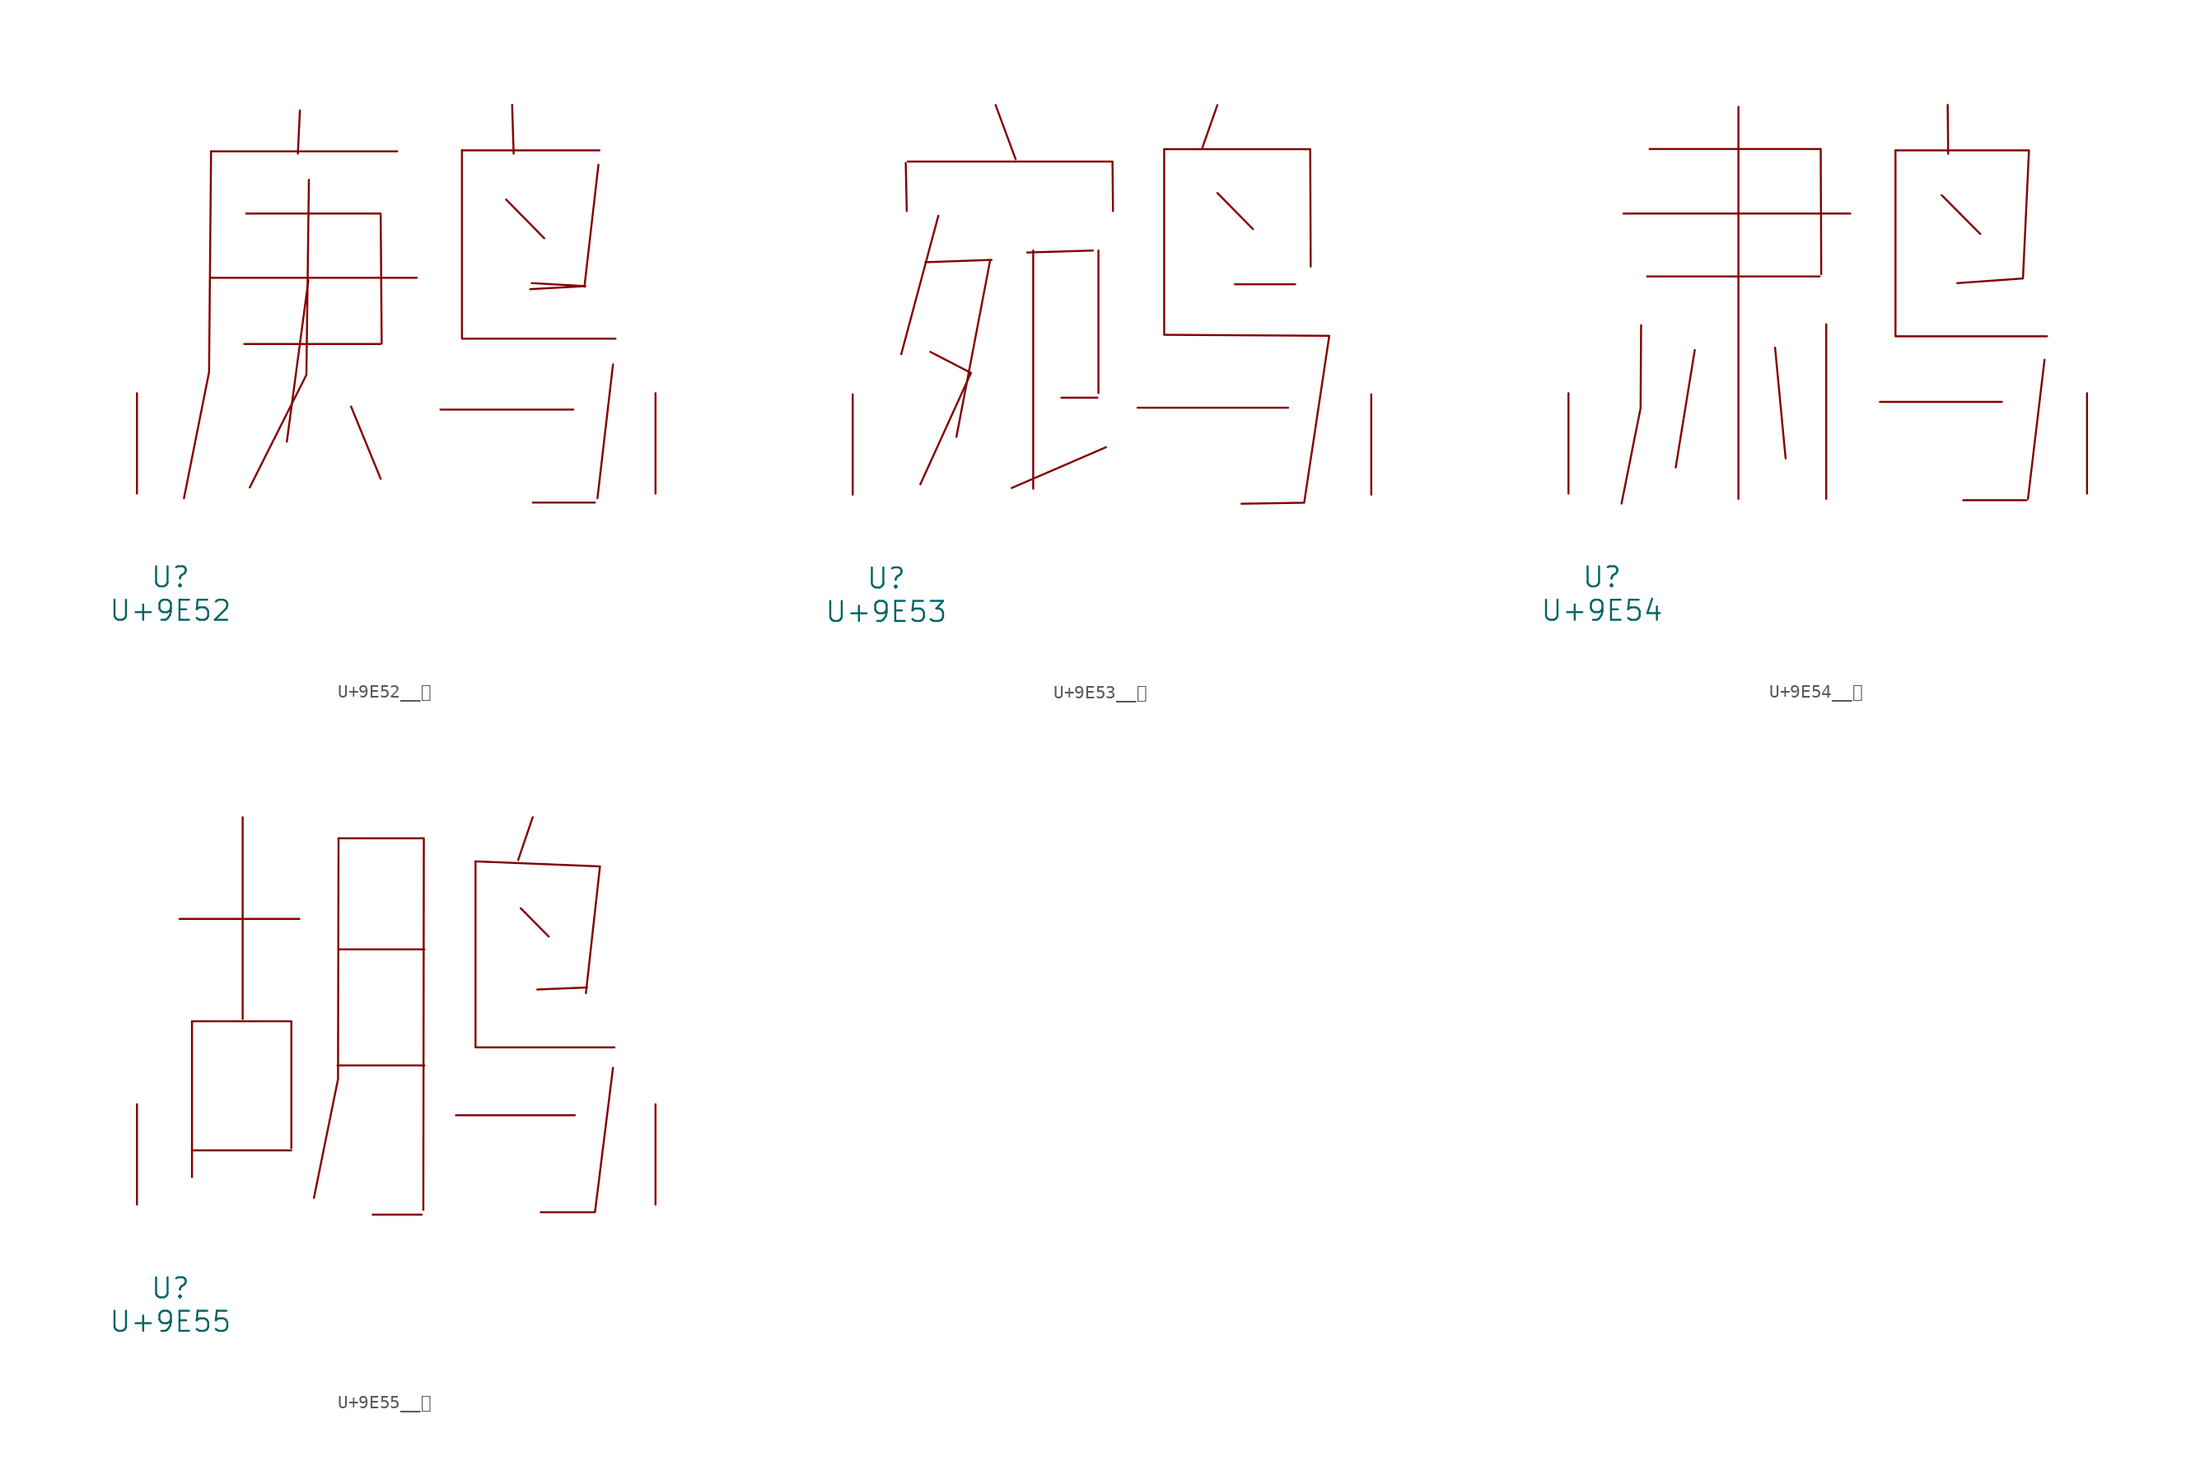
<source format=kicad_sym>
(kicad_symbol_lib
  (version 20231120)
  (generator "kicad_symbol_editor")
  (generator_version "8.0")
  (symbol "U+9E52__鹒"
    (pin_names
      (offset 1.016))
    (property "Reference" "U"
      (at 0 -6.35 0)
      (effects (font (size 1.524 1.524))))
    (property "Value" "U+9E52"
      (at 0 -8.89 0)
      (effects (font (size 1.524 1.524))))
    (symbol "U+9E52__鹒_0_1"
      (polyline (pts (xy 3.086 16.383) (xy 18.707 16.383)) (stroke (width 0) (type solid)) (fill (type none)))
      (polyline (pts (xy 3.086 25.984) (xy 17.221 25.984)) (stroke (width 0) (type solid)) (fill (type none)))
      (polyline (pts (xy 5.601 11.354) (xy 15.964 11.354)) (stroke (width 0) (type solid)) (fill (type none)))
      (polyline (pts (xy 9.83 29.083) (xy 9.677 25.806)) (stroke (width 0) (type solid)) (fill (type none)))
      (polyline (pts (xy 10.477 16.205) (xy 8.839 3.937)) (stroke (width 0) (type solid)) (fill (type none)))
      (polyline (pts (xy 13.716 6.604) (xy 15.964 1.118)) (stroke (width 0) (type solid)) (fill (type none)))
      (polyline (pts (xy 20.498 6.375) (xy 30.594 6.375)) (stroke (width 0) (type solid)) (fill (type none)))
      (polyline (pts (xy 22.136 11.76) (xy 33.795 11.76)) (stroke (width 0) (type solid)) (fill (type none)))
      (polyline (pts (xy 22.136 26.06) (xy 22.136 11.836)) (stroke (width 0) (type solid)) (fill (type none)))
      (polyline (pts (xy 22.136 26.06) (xy 32.575 26.06)) (stroke (width 0) (type solid)) (fill (type none)))
      (polyline (pts (xy 25.489 22.327) (xy 28.384 19.38)) (stroke (width 0) (type solid)) (fill (type none)))
      (polyline (pts (xy 25.946 29.515) (xy 26.06 25.806)) (stroke (width 0) (type solid)) (fill (type none)))
      (polyline (pts (xy 27.508 -0.686) (xy 32.233 -0.686)) (stroke (width 0) (type solid)) (fill (type none)))
      (polyline (pts (xy 32.499 24.968) (xy 31.433 15.697)) (stroke (width 0) (type solid)) (fill (type none)))
      (polyline (pts (xy 33.604 9.804) (xy 32.423 -0.356)) (stroke (width 0) (type solid)) (fill (type none)))
      (polyline (pts (xy 3.086 25.984) (xy 2.934 9.22) (xy 1.029 -0.356)) (stroke (width 0) (type solid)) (fill (type none)))
      (polyline (pts (xy 5.753 21.26) (xy 15.964 21.26) (xy 16.04 11.405)) (stroke (width 0) (type solid)) (fill (type none)))
      (polyline (pts (xy 10.516 23.825) (xy 10.325 9.017) (xy 6.02 0.457)) (stroke (width 0) (type solid)) (fill (type none)))
      (polyline (pts (xy 27.318 15.519) (xy 31.509 15.748) (xy 27.432 15.977)) (stroke (width 0) (type solid)) (fill (type none)))
      (pin input line (at -2.54 0 90) (length 7.62) (name "~" (effects (font (size 1.27 1.27)))) (number "~" (effects (font (size 1.27 1.27)))))
      (pin input line (at 36.83 0 90) (length 7.62) (name "~" (effects (font (size 1.27 1.27)))) (number "~" (effects (font (size 1.27 1.27)))))))
  (symbol "U+9E53__鹓"
    (pin_names
      (offset 1.016))
    (property "Reference" "U"
      (at 0 -6.35 0)
      (effects (font (size 1.524 1.524))))
    (property "Value" "U+9E53"
      (at 0 -8.89 0)
      (effects (font (size 1.524 1.524))))
    (symbol "U+9E53__鹓_0_1"
      (polyline (pts (xy 1.486 25.197) (xy 1.562 21.539)) (stroke (width 0) (type solid)) (fill (type none)))
      (polyline (pts (xy 3.962 21.184) (xy 1.143 10.668)) (stroke (width 0) (type solid)) (fill (type none)))
      (polyline (pts (xy 7.887 17.755) (xy 5.334 4.394)) (stroke (width 0) (type solid)) (fill (type none)))
      (polyline (pts (xy 8.001 17.831) (xy 2.972 17.653)) (stroke (width 0) (type solid)) (fill (type none)))
      (polyline (pts (xy 8.306 29.591) (xy 9.83 25.476)) (stroke (width 0) (type solid)) (fill (type none)))
      (polyline (pts (xy 11.163 18.542) (xy 11.163 0.457)) (stroke (width 0) (type solid)) (fill (type none)))
      (polyline (pts (xy 13.297 7.366) (xy 16.04 7.366)) (stroke (width 0) (type solid)) (fill (type none)))
      (polyline (pts (xy 15.697 18.542) (xy 10.706 18.39)) (stroke (width 0) (type solid)) (fill (type none)))
      (polyline (pts (xy 16.116 18.542) (xy 16.116 7.722)) (stroke (width 0) (type solid)) (fill (type none)))
      (polyline (pts (xy 16.688 3.607) (xy 9.525 0.508)) (stroke (width 0) (type solid)) (fill (type none)))
      (polyline (pts (xy 19.088 6.604) (xy 30.518 6.604)) (stroke (width 0) (type solid)) (fill (type none)))
      (polyline (pts (xy 25.146 22.911) (xy 27.851 20.168)) (stroke (width 0) (type solid)) (fill (type none)))
      (polyline (pts (xy 25.146 29.591) (xy 24.003 26.34)) (stroke (width 0) (type solid)) (fill (type none)))
      (polyline (pts (xy 26.48 15.977) (xy 31.052 15.977)) (stroke (width 0) (type solid)) (fill (type none)))
      (polyline (pts (xy 1.638 25.298) (xy 17.183 25.298) (xy 17.221 21.539)) (stroke (width 0) (type solid)) (fill (type none)))
      (polyline (pts (xy 3.353 10.846) (xy 6.439 9.246) (xy 2.591 0.787)) (stroke (width 0) (type solid)) (fill (type none)))
      (polyline (pts (xy 21.107 26.238) (xy 32.194 26.238) (xy 32.233 17.323)) (stroke (width 0) (type solid)) (fill (type none)))
      (polyline (pts (xy 21.107 26.238) (xy 21.107 12.141) (xy 33.642 12.065) (xy 31.737 -0.61) (xy 26.975 -0.686)) (stroke (width 0) (type solid)) (fill (type none)))
      (pin input line (at -2.54 0 90) (length 7.62) (name "~" (effects (font (size 1.27 1.27)))) (number "~" (effects (font (size 1.27 1.27)))))
      (pin input line (at 36.83 0 90) (length 7.62) (name "~" (effects (font (size 1.27 1.27)))) (number "~" (effects (font (size 1.27 1.27)))))))
  (symbol "U+9E54__鹔"
    (pin_names
      (offset 1.016))
    (property "Reference" "U"
      (at 0 -6.35 0)
      (effects (font (size 1.524 1.524))))
    (property "Value" "U+9E54"
      (at 0 -8.89 0)
      (effects (font (size 1.524 1.524))))
    (symbol "U+9E54__鹔_0_1"
      (polyline (pts (xy 1.638 21.26) (xy 18.86 21.26)) (stroke (width 0) (type solid)) (fill (type none)))
      (polyline (pts (xy 3.429 16.485) (xy 16.535 16.485)) (stroke (width 0) (type solid)) (fill (type none)))
      (polyline (pts (xy 7.048 10.897) (xy 5.601 1.981)) (stroke (width 0) (type solid)) (fill (type none)))
      (polyline (pts (xy 10.363 29.362) (xy 10.363 -0.406)) (stroke (width 0) (type solid)) (fill (type none)))
      (polyline (pts (xy 13.145 11.074) (xy 13.945 2.667)) (stroke (width 0) (type solid)) (fill (type none)))
      (polyline (pts (xy 17.031 12.852) (xy 17.031 -0.406)) (stroke (width 0) (type solid)) (fill (type none)))
      (polyline (pts (xy 21.107 6.96) (xy 30.366 6.96)) (stroke (width 0) (type solid)) (fill (type none)))
      (polyline (pts (xy 22.288 11.938) (xy 33.795 11.938)) (stroke (width 0) (type solid)) (fill (type none)))
      (polyline (pts (xy 22.288 26.06) (xy 22.288 11.989)) (stroke (width 0) (type solid)) (fill (type none)))
      (polyline (pts (xy 25.794 22.657) (xy 28.727 19.71)) (stroke (width 0) (type solid)) (fill (type none)))
      (polyline (pts (xy 26.251 29.515) (xy 26.289 25.806)) (stroke (width 0) (type solid)) (fill (type none)))
      (polyline (pts (xy 27.432 -0.508) (xy 32.233 -0.508)) (stroke (width 0) (type solid)) (fill (type none)))
      (polyline (pts (xy 33.604 10.16) (xy 32.347 -0.406)) (stroke (width 0) (type solid)) (fill (type none)))
      (polyline (pts (xy 2.972 12.776) (xy 2.934 6.477) (xy 1.486 -0.762)) (stroke (width 0) (type solid)) (fill (type none)))
      (polyline (pts (xy 3.619 26.162) (xy 16.612 26.162) (xy 16.65 16.662)) (stroke (width 0) (type solid)) (fill (type none)))
      (polyline (pts (xy 22.288 26.06) (xy 32.423 26.06) (xy 31.966 16.332) (xy 26.975 15.977)) (stroke (width 0) (type solid)) (fill (type none)))
      (pin input line (at -2.54 0 90) (length 7.62) (name "~" (effects (font (size 1.27 1.27)))) (number "~" (effects (font (size 1.27 1.27)))))
      (pin input line (at 36.83 0 90) (length 7.62) (name "~" (effects (font (size 1.27 1.27)))) (number "~" (effects (font (size 1.27 1.27)))))))
  (symbol "U+9E55__鹕"
    (pin_names
      (offset 1.016))
    (property "Reference" "U"
      (at 0 -6.35 0)
      (effects (font (size 1.524 1.524))))
    (property "Value" "U+9E55"
      (at 0 -8.89 0)
      (effects (font (size 1.524 1.524))))
    (symbol "U+9E55__鹕_0_1"
      (polyline (pts (xy 0.686 21.692) (xy 9.792 21.692)) (stroke (width 0) (type solid)) (fill (type none)))
      (polyline (pts (xy 1.638 4.115) (xy 9.182 4.115)) (stroke (width 0) (type solid)) (fill (type none)))
      (polyline (pts (xy 1.638 13.919) (xy 1.638 2.083)) (stroke (width 0) (type solid)) (fill (type none)))
      (polyline (pts (xy 5.486 29.413) (xy 5.486 14.097)) (stroke (width 0) (type solid)) (fill (type none)))
      (polyline (pts (xy 12.687 10.566) (xy 19.279 10.566)) (stroke (width 0) (type solid)) (fill (type none)))
      (polyline (pts (xy 12.764 19.38) (xy 19.279 19.38)) (stroke (width 0) (type solid)) (fill (type none)))
      (polyline (pts (xy 15.354 -0.762) (xy 19.088 -0.762)) (stroke (width 0) (type solid)) (fill (type none)))
      (polyline (pts (xy 21.679 6.782) (xy 30.709 6.782)) (stroke (width 0) (type solid)) (fill (type none)))
      (polyline (pts (xy 23.165 11.938) (xy 33.718 11.938)) (stroke (width 0) (type solid)) (fill (type none)))
      (polyline (pts (xy 23.165 26.06) (xy 23.165 11.989)) (stroke (width 0) (type solid)) (fill (type none)))
      (polyline (pts (xy 26.594 22.504) (xy 28.727 20.345)) (stroke (width 0) (type solid)) (fill (type none)))
      (polyline (pts (xy 27.508 29.413) (xy 26.403 26.162)) (stroke (width 0) (type solid)) (fill (type none)))
      (polyline (pts (xy 28.118 -0.584) (xy 32.156 -0.584)) (stroke (width 0) (type solid)) (fill (type none)))
      (polyline (pts (xy 31.623 16.485) (xy 27.851 16.332)) (stroke (width 0) (type solid)) (fill (type none)))
      (polyline (pts (xy 33.604 10.389) (xy 32.233 -0.584)) (stroke (width 0) (type solid)) (fill (type none)))
      (polyline (pts (xy 1.638 13.919) (xy 9.182 13.919) (xy 9.182 4.293)) (stroke (width 0) (type solid)) (fill (type none)))
      (polyline (pts (xy 12.764 27.813) (xy 12.725 9.525) (xy 10.897 0.508)) (stroke (width 0) (type solid)) (fill (type none)))
      (polyline (pts (xy 12.764 27.813) (xy 19.241 27.813) (xy 19.202 -0.406)) (stroke (width 0) (type solid)) (fill (type none)))
      (polyline (pts (xy 23.165 26.06) (xy 32.614 25.679) (xy 31.547 16.053)) (stroke (width 0) (type solid)) (fill (type none)))
      (pin input line (at -2.54 0 90) (length 7.62) (name "~" (effects (font (size 1.27 1.27)))) (number "~" (effects (font (size 1.27 1.27)))))
      (pin input line (at 36.83 0 90) (length 7.62) (name "~" (effects (font (size 1.27 1.27)))) (number "~" (effects (font (size 1.27 1.27))))))))
</source>
